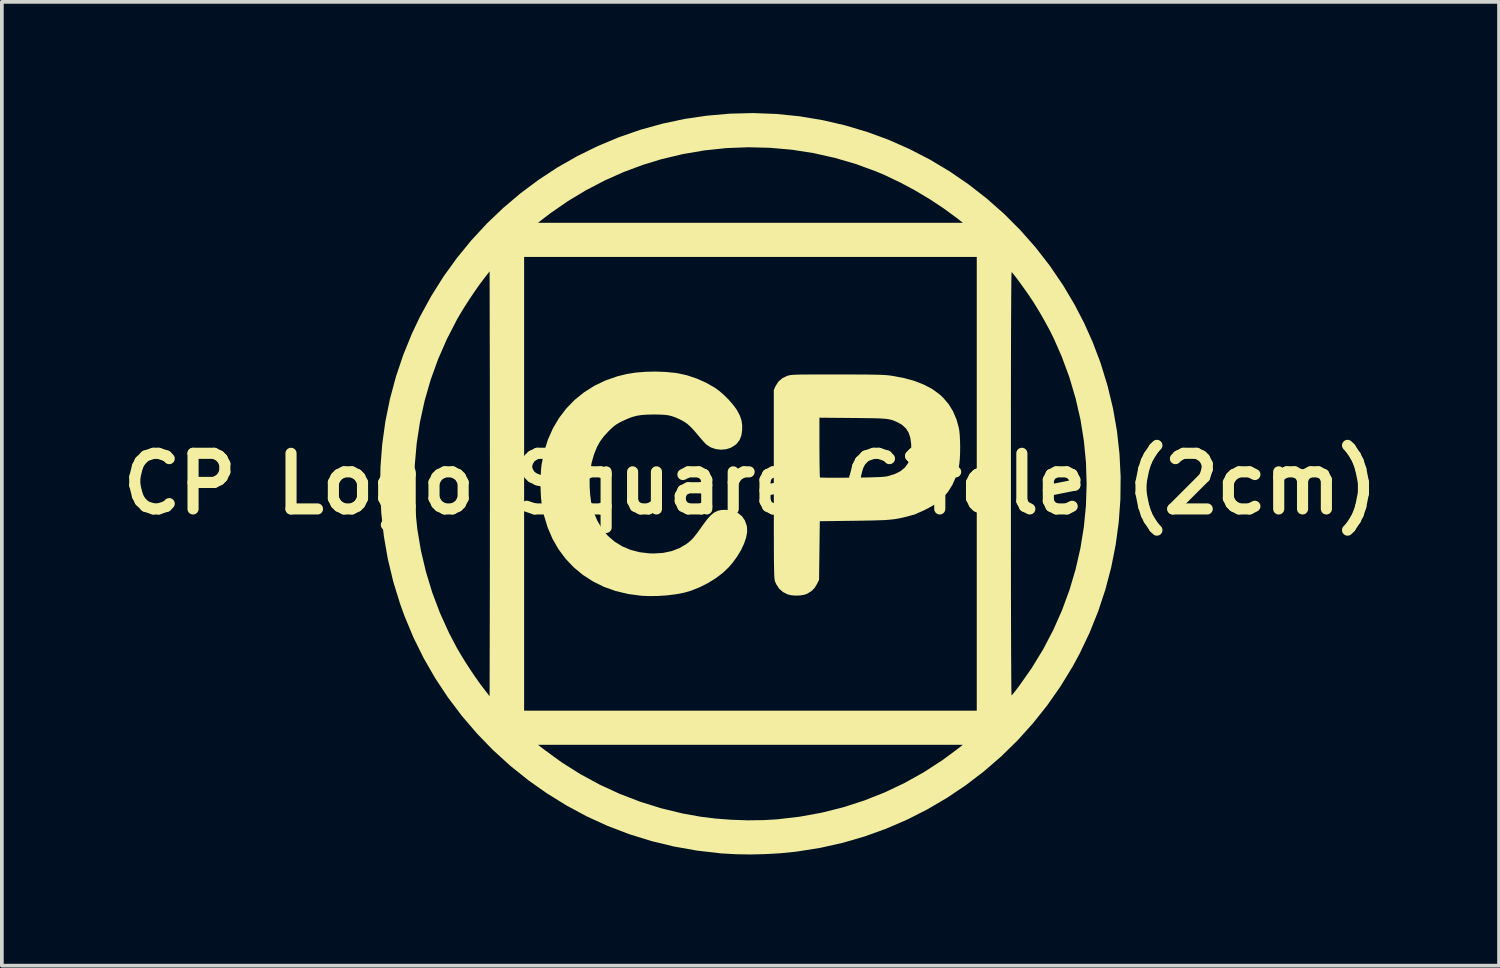
<source format=kicad_pcb>
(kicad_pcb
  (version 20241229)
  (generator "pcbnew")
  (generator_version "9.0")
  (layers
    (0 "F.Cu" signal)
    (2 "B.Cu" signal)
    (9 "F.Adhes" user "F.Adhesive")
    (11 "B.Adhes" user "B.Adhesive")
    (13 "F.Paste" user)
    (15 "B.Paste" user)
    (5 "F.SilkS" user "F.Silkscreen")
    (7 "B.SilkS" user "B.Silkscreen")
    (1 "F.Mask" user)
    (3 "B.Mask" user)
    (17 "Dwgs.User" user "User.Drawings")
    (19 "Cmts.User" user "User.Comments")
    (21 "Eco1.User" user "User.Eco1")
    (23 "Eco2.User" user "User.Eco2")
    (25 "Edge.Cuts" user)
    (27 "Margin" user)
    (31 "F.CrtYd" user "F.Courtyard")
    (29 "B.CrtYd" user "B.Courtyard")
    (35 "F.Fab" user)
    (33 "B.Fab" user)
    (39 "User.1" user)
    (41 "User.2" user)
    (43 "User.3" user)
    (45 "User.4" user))
  (footprint "CP Logo Square Circle (2cm)"
    (layer "F.Cu")
    (at 17.193 10)
    (property "Reference" "CP Logo Square Circle (2cm)" (at 0 0 0) (layer "F.SilkS") (effects (font (size 1.5 1.5) (thickness 0.3))))
    (attr board_only exclude_from_pos_files exclude_from_bom)
    (fp_poly (pts (xy -2.289 -3.017) (xy -2.03 -2.992) (xy -1.959 -2.981) (xy -1.707 -2.925) (xy -1.448 -2.838) (xy -1.195 -2.725) (xy -0.958 -2.59) (xy -0.957 -2.59) (xy -0.838 -2.502) (xy -0.711 -2.392) (xy -0.587 -2.268) (xy -0.475 -2.14) (xy -0.384 -2.018) (xy -0.354 -1.971) (xy -0.284 -1.836) (xy -0.242 -1.713) (xy -0.223 -1.584) (xy -0.224 -1.445) (xy -0.245 -1.302) (xy -0.291 -1.184) (xy -0.367 -1.085) (xy -0.415 -1.042) (xy -0.53 -0.972) (xy -0.662 -0.931) (xy -0.804 -0.92) (xy -0.945 -0.938) (xy -1.077 -0.985) (xy -1.192 -1.061) (xy -1.198 -1.067) (xy -1.228 -1.098) (xy -1.277 -1.152) (xy -1.34 -1.224) (xy -1.41 -1.306) (xy -1.435 -1.336) (xy -1.533 -1.451) (xy -1.617 -1.539) (xy -1.693 -1.608) (xy -1.77 -1.664) (xy -1.854 -1.712) (xy -1.932 -1.75) (xy -2.029 -1.793) (xy -2.118 -1.824) (xy -2.207 -1.846) (xy -2.305 -1.859) (xy -2.422 -1.866) (xy -2.567 -1.869) (xy -2.622 -1.869) (xy -2.798 -1.865) (xy -2.945 -1.854) (xy -3.074 -1.833) (xy -3.195 -1.8) (xy -3.319 -1.753) (xy -3.456 -1.69) (xy -3.463 -1.687) (xy -3.553 -1.64) (xy -3.627 -1.595) (xy -3.696 -1.542) (xy -3.77 -1.474) (xy -3.833 -1.412) (xy -3.958 -1.275) (xy -4.056 -1.142) (xy -4.136 -0.999) (xy -4.204 -0.833) (xy -4.223 -0.782) (xy -4.283 -0.573) (xy -4.321 -0.36) (xy -4.338 -0.133) (xy -4.337 0.08) (xy -4.324 0.294) (xy -4.3 0.479) (xy -4.263 0.647) (xy -4.21 0.808) (xy -4.14 0.973) (xy -4.12 1.014) (xy -3.997 1.223) (xy -3.844 1.406) (xy -3.665 1.56) (xy -3.461 1.686) (xy -3.235 1.782) (xy -2.989 1.846) (xy -2.724 1.877) (xy -2.606 1.88) (xy -2.353 1.864) (xy -2.122 1.815) (xy -1.912 1.734) (xy -1.72 1.619) (xy -1.684 1.592) (xy -1.635 1.552) (xy -1.589 1.51) (xy -1.541 1.459) (xy -1.489 1.395) (xy -1.426 1.313) (xy -1.349 1.207) (xy -1.264 1.087) (xy -1.162 0.951) (xy -1.069 0.848) (xy -0.979 0.776) (xy -0.886 0.73) (xy -0.784 0.706) (xy -0.667 0.703) (xy -0.633 0.704) (xy -0.473 0.731) (xy -0.338 0.787) (xy -0.231 0.872) (xy -0.152 0.985) (xy -0.102 1.124) (xy -0.091 1.182) (xy -0.09 1.312) (xy -0.119 1.46) (xy -0.175 1.621) (xy -0.255 1.79) (xy -0.358 1.961) (xy -0.48 2.129) (xy -0.58 2.246) (xy -0.739 2.398) (xy -0.929 2.543) (xy -1.141 2.675) (xy -1.365 2.789) (xy -1.591 2.88) (xy -1.781 2.936) (xy -2.005 2.979) (xy -2.251 3.01) (xy -2.507 3.027) (xy -2.758 3.029) (xy -2.942 3.02) (xy -3.3 2.973) (xy -3.637 2.892) (xy -3.954 2.779) (xy -4.249 2.633) (xy -4.52 2.458) (xy -4.766 2.254) (xy -4.986 2.023) (xy -5.177 1.765) (xy -5.34 1.482) (xy -5.471 1.176) (xy -5.571 0.848) (xy -5.634 0.519) (xy -5.65 0.367) (xy -5.659 0.188) (xy -5.663 -0.003) (xy -5.659 -0.195) (xy -5.65 -0.372) (xy -5.634 -0.519) (xy -5.566 -0.863) (xy -5.464 -1.189) (xy -5.329 -1.493) (xy -5.163 -1.774) (xy -4.967 -2.031) (xy -4.743 -2.262) (xy -4.491 -2.466) (xy -4.215 -2.641) (xy -3.914 -2.786) (xy -3.59 -2.899) (xy -3.337 -2.961) (xy -3.099 -2.999) (xy -2.837 -3.021) (xy -2.563 -3.027)) (stroke (width 0) (type solid)) (fill yes) (layer "F.SilkS"))
    (fp_poly (pts (xy 2.342 -2.949) (xy 2.605 -2.949) (xy 2.831 -2.948) (xy 3.025 -2.947) (xy 3.189 -2.946) (xy 3.326 -2.944) (xy 3.441 -2.941) (xy 3.537 -2.938) (xy 3.618 -2.934) (xy 3.686 -2.929) (xy 3.745 -2.923) (xy 3.8 -2.916) (xy 3.803 -2.915) (xy 4.128 -2.856) (xy 4.419 -2.776) (xy 4.677 -2.676) (xy 4.903 -2.556) (xy 5.099 -2.414) (xy 5.199 -2.321) (xy 5.346 -2.148) (xy 5.464 -1.957) (xy 5.556 -1.741) (xy 5.617 -1.528) (xy 5.635 -1.427) (xy 5.647 -1.296) (xy 5.654 -1.146) (xy 5.657 -0.986) (xy 5.655 -0.826) (xy 5.648 -0.676) (xy 5.636 -0.546) (xy 5.62 -0.445) (xy 5.619 -0.44) (xy 5.543 -0.188) (xy 5.446 0.033) (xy 5.323 0.226) (xy 5.175 0.395) (xy 5.09 0.47) (xy 4.981 0.55) (xy 4.844 0.632) (xy 4.69 0.711) (xy 4.53 0.783) (xy 4.376 0.841) (xy 4.283 0.868) (xy 4.183 0.894) (xy 4.093 0.916) (xy 4.006 0.934) (xy 3.92 0.949) (xy 3.829 0.961) (xy 3.728 0.971) (xy 3.613 0.979) (xy 3.479 0.984) (xy 3.322 0.989) (xy 3.136 0.993) (xy 2.917 0.996) (xy 2.792 0.998) (xy 1.871 1.01) (xy 1.861 1.8) (xy 1.851 2.59) (xy 1.795 2.704) (xy 1.73 2.811) (xy 1.647 2.893) (xy 1.535 2.964) (xy 1.534 2.965) (xy 1.446 2.995) (xy 1.334 3.013) (xy 1.213 3.016) (xy 1.097 3.006) (xy 1.009 2.985) (xy 0.879 2.921) (xy 0.776 2.831) (xy 0.697 2.711) (xy 0.666 2.642) (xy 0.661 2.626) (xy 0.656 2.608) (xy 0.652 2.583) (xy 0.648 2.551) (xy 0.645 2.509) (xy 0.642 2.455) (xy 0.64 2.387) (xy 0.638 2.302) (xy 0.636 2.2) (xy 0.634 2.076) (xy 0.633 1.931) (xy 0.632 1.76) (xy 0.632 1.563) (xy 0.631 1.336) (xy 0.631 1.079) (xy 0.631 0.789) (xy 0.631 0.463) (xy 0.63 0.1) (xy 0.63 0.01) (xy 0.63 -0.985) (xy 1.861 -0.985) (xy 1.862 -0.81) (xy 1.863 -0.647) (xy 1.865 -0.502) (xy 1.867 -0.377) (xy 1.869 -0.278) (xy 1.872 -0.209) (xy 1.875 -0.175) (xy 1.876 -0.171) (xy 1.899 -0.168) (xy 1.957 -0.166) (xy 2.047 -0.164) (xy 2.165 -0.163) (xy 2.305 -0.163) (xy 2.464 -0.163) (xy 2.638 -0.165) (xy 2.732 -0.166) (xy 2.952 -0.168) (xy 3.136 -0.171) (xy 3.287 -0.175) (xy 3.41 -0.179) (xy 3.508 -0.183) (xy 3.585 -0.189) (xy 3.645 -0.195) (xy 3.692 -0.203) (xy 3.708 -0.207) (xy 3.895 -0.263) (xy 4.047 -0.34) (xy 4.166 -0.438) (xy 4.254 -0.559) (xy 4.31 -0.704) (xy 4.337 -0.876) (xy 4.336 -1.07) (xy 4.313 -1.241) (xy 4.266 -1.381) (xy 4.194 -1.494) (xy 4.094 -1.586) (xy 4.005 -1.639) (xy 3.947 -1.668) (xy 3.894 -1.692) (xy 3.843 -1.712) (xy 3.789 -1.728) (xy 3.728 -1.741) (xy 3.655 -1.751) (xy 3.568 -1.758) (xy 3.461 -1.764) (xy 3.33 -1.768) (xy 3.172 -1.77) (xy 2.982 -1.773) (xy 2.757 -1.775) (xy 1.861 -1.783) (xy 1.861 -0.985) (xy 0.63 -0.985) (xy 0.63 -2.53) (xy 0.678 -2.636) (xy 0.753 -2.754) (xy 0.857 -2.846) (xy 0.989 -2.91) (xy 0.996 -2.912) (xy 1.022 -2.92) (xy 1.05 -2.927) (xy 1.084 -2.932) (xy 1.127 -2.937) (xy 1.181 -2.941) (xy 1.252 -2.944) (xy 1.341 -2.946) (xy 1.452 -2.947) (xy 1.587 -2.948) (xy 1.752 -2.949) (xy 1.947 -2.949) (xy 2.178 -2.949)) (stroke (width 0) (type solid)) (fill yes) (layer "F.SilkS"))
    (fp_poly (pts (xy 0.701 -9.976) (xy 1.325 -9.913) (xy 1.942 -9.81) (xy 2.553 -9.669) (xy 3.156 -9.488) (xy 3.713 -9.284) (xy 4.284 -9.033) (xy 4.838 -8.747) (xy 5.373 -8.427) (xy 5.886 -8.075) (xy 6.377 -7.692) (xy 6.843 -7.28) (xy 7.283 -6.839) (xy 7.695 -6.372) (xy 8.077 -5.879) (xy 8.428 -5.363) (xy 8.449 -5.33) (xy 8.743 -4.834) (xy 9.001 -4.337) (xy 9.228 -3.83) (xy 9.428 -3.305) (xy 9.45 -3.24) (xy 9.634 -2.641) (xy 9.78 -2.034) (xy 9.887 -1.422) (xy 9.955 -0.806) (xy 9.986 -0.189) (xy 9.979 0.427) (xy 9.934 1.042) (xy 9.851 1.653) (xy 9.731 2.257) (xy 9.574 2.854) (xy 9.38 3.441) (xy 9.149 4.016) (xy 8.882 4.577) (xy 8.691 4.93) (xy 8.363 5.466) (xy 8.005 5.978) (xy 7.618 6.464) (xy 7.204 6.923) (xy 6.764 7.354) (xy 6.299 7.757) (xy 5.812 8.129) (xy 5.303 8.471) (xy 4.775 8.781) (xy 4.228 9.059) (xy 3.665 9.302) (xy 3.086 9.511) (xy 2.493 9.684) (xy 1.888 9.82) (xy 1.272 9.918) (xy 1.191 9.928) (xy 0.799 9.967) (xy 0.394 9.99) (xy -0.012 9.999) (xy -0.406 9.992) (xy -0.777 9.971) (xy -0.791 9.97) (xy -1.433 9.896) (xy -2.06 9.785) (xy -2.672 9.637) (xy -3.269 9.452) (xy -3.85 9.23) (xy -4.417 8.971) (xy -4.968 8.674) (xy -5.504 8.341) (xy -5.995 7.994) (xy -6.483 7.603) (xy -6.945 7.182) (xy -7.083 7.04) (xy -5.731 7.04) (xy -5.563 7.171) (xy -5.087 7.518) (xy -4.587 7.833) (xy -4.067 8.115) (xy -3.529 8.363) (xy -2.975 8.576) (xy -2.409 8.753) (xy -1.832 8.893) (xy -1.343 8.981) (xy -0.936 9.031) (xy -0.511 9.063) (xy -0.08 9.078) (xy 0.343 9.073) (xy 0.734 9.05) (xy 1.336 8.979) (xy 1.928 8.871) (xy 2.508 8.725) (xy 3.075 8.542) (xy 3.627 8.323) (xy 4.163 8.068) (xy 4.68 7.779) (xy 5.179 7.455) (xy 5.563 7.171) (xy 5.731 7.04) (xy 0 7.04) (xy -5.731 7.04) (xy -7.083 7.04) (xy -7.379 6.734) (xy -7.784 6.261) (xy -8.159 5.764) (xy -8.503 5.245) (xy -8.813 4.706) (xy -9.089 4.149) (xy -9.329 3.575) (xy -9.45 3.24) (xy -9.636 2.636) (xy -9.782 2.025) (xy -9.889 1.41) (xy -9.958 0.791) (xy -9.988 0.172) (xy -9.987 0.07) (xy -9.068 0.07) (xy -9.045 0.651) (xy -8.985 1.231) (xy -8.888 1.806) (xy -8.753 2.375) (xy -8.582 2.937) (xy -8.374 3.488) (xy -8.128 4.029) (xy -7.917 4.43) (xy -7.812 4.609) (xy -7.692 4.805) (xy -7.562 5.006) (xy -7.43 5.202) (xy -7.302 5.383) (xy -7.191 5.53) (xy -7.036 5.73) (xy -7.03 2.865) (xy -7.03 2.461) (xy -7.029 2.023) (xy -7.029 1.558) (xy -7.029 1.073) (xy -7.028 0.574) (xy -7.028 0.067) (xy -7.028 0) (xy -6.105 0) (xy -6.105 6.12) (xy 0 6.12) (xy 6.105 6.12) (xy 6.105 0) (xy 7.026 0) (xy 7.026 0.625) (xy 7.026 1.215) (xy 7.026 1.77) (xy 7.027 2.29) (xy 7.027 2.775) (xy 7.028 3.225) (xy 7.029 3.638) (xy 7.03 4.014) (xy 7.031 4.354) (xy 7.032 4.657) (xy 7.034 4.922) (xy 7.035 5.15) (xy 7.037 5.339) (xy 7.038 5.49) (xy 7.04 5.602) (xy 7.042 5.675) (xy 7.044 5.708) (xy 7.045 5.71) (xy 7.063 5.691) (xy 7.101 5.645) (xy 7.153 5.579) (xy 7.214 5.499) (xy 7.242 5.463) (xy 7.586 4.973) (xy 7.895 4.467) (xy 8.168 3.945) (xy 8.406 3.409) (xy 8.607 2.861) (xy 8.772 2.304) (xy 8.901 1.738) (xy 8.994 1.166) (xy 9.05 0.589) (xy 9.069 0.009) (xy 9.051 -0.572) (xy 8.995 -1.152) (xy 8.903 -1.729) (xy 8.772 -2.302) (xy 8.604 -2.87) (xy 8.398 -3.429) (xy 8.187 -3.91) (xy 8.072 -4.141) (xy 7.938 -4.389) (xy 7.795 -4.638) (xy 7.65 -4.875) (xy 7.589 -4.969) (xy 7.526 -5.063) (xy 7.455 -5.166) (xy 7.378 -5.274) (xy 7.301 -5.381) (xy 7.228 -5.482) (xy 7.161 -5.57) (xy 7.106 -5.642) (xy 7.065 -5.69) (xy 7.045 -5.71) (xy 7.043 -5.692) (xy 7.041 -5.633) (xy 7.039 -5.536) (xy 7.037 -5.399) (xy 7.036 -5.224) (xy 7.034 -5.011) (xy 7.033 -4.759) (xy 7.031 -4.47) (xy 7.03 -4.144) (xy 7.029 -3.781) (xy 7.028 -3.381) (xy 7.027 -2.945) (xy 7.027 -2.474) (xy 7.026 -1.966) (xy 7.026 -1.424) (xy 7.026 -0.847) (xy 7.026 -0.235) (xy 7.026 0) (xy 6.105 0) (xy 6.105 -6.12) (xy 0 -6.12) (xy -6.105 -6.12) (xy -6.105 0) (xy -7.028 0) (xy -7.028 -0.44) (xy -7.029 -0.942) (xy -7.029 -1.431) (xy -7.029 -1.902) (xy -7.03 -2.348) (xy -7.03 -2.762) (xy -7.03 -2.865) (xy -7.036 -5.73) (xy -7.191 -5.53) (xy -7.309 -5.373) (xy -7.437 -5.191) (xy -7.569 -4.995) (xy -7.699 -4.794) (xy -7.819 -4.599) (xy -7.917 -4.43) (xy -8.19 -3.9) (xy -8.427 -3.357) (xy -8.627 -2.803) (xy -8.789 -2.239) (xy -8.914 -1.668) (xy -9.003 -1.092) (xy -9.054 -0.512) (xy -9.068 0.07) (xy -9.987 0.07) (xy -9.98 -0.448) (xy -9.933 -1.065) (xy -9.848 -1.678) (xy -9.725 -2.285) (xy -9.564 -2.885) (xy -9.365 -3.477) (xy -9.129 -4.057) (xy -8.913 -4.51) (xy -8.612 -5.061) (xy -8.28 -5.589) (xy -7.917 -6.092) (xy -7.526 -6.57) (xy -7.109 -7.021) (xy -7.089 -7.04) (xy -5.731 -7.04) (xy 0 -7.04) (xy 5.731 -7.04) (xy 5.563 -7.171) (xy 5.212 -7.429) (xy 4.832 -7.68) (xy 4.433 -7.918) (xy 4.026 -8.135) (xy 3.622 -8.327) (xy 3.403 -8.42) (xy 2.846 -8.625) (xy 2.278 -8.791) (xy 1.702 -8.92) (xy 1.118 -9.011) (xy 0.53 -9.063) (xy -0.06 -9.078) (xy -0.651 -9.055) (xy -1.24 -8.993) (xy -1.825 -8.893) (xy -2.404 -8.755) (xy -2.902 -8.603) (xy -3.422 -8.409) (xy -3.936 -8.179) (xy -4.44 -7.916) (xy -4.925 -7.624) (xy -5.385 -7.306) (xy -5.563 -7.171) (xy -5.731 -7.04) (xy -7.089 -7.04) (xy -6.665 -7.444) (xy -6.198 -7.839) (xy -5.708 -8.204) (xy -5.197 -8.539) (xy -4.666 -8.841) (xy -4.116 -9.111) (xy -3.551 -9.347) (xy -2.969 -9.549) (xy -2.374 -9.714) (xy -1.767 -9.843) (xy -1.191 -9.928) (xy -0.558 -9.984) (xy 0.074 -10)) (stroke (width 0) (type solid)) (fill yes) (layer "F.SilkS")))
  (gr_rect
    (start -3 -3)
    (end 37.386 22.999)
    (stroke (width 0.1) (type default))
    (fill no)
    (layer "Edge.Cuts")))
</source>
